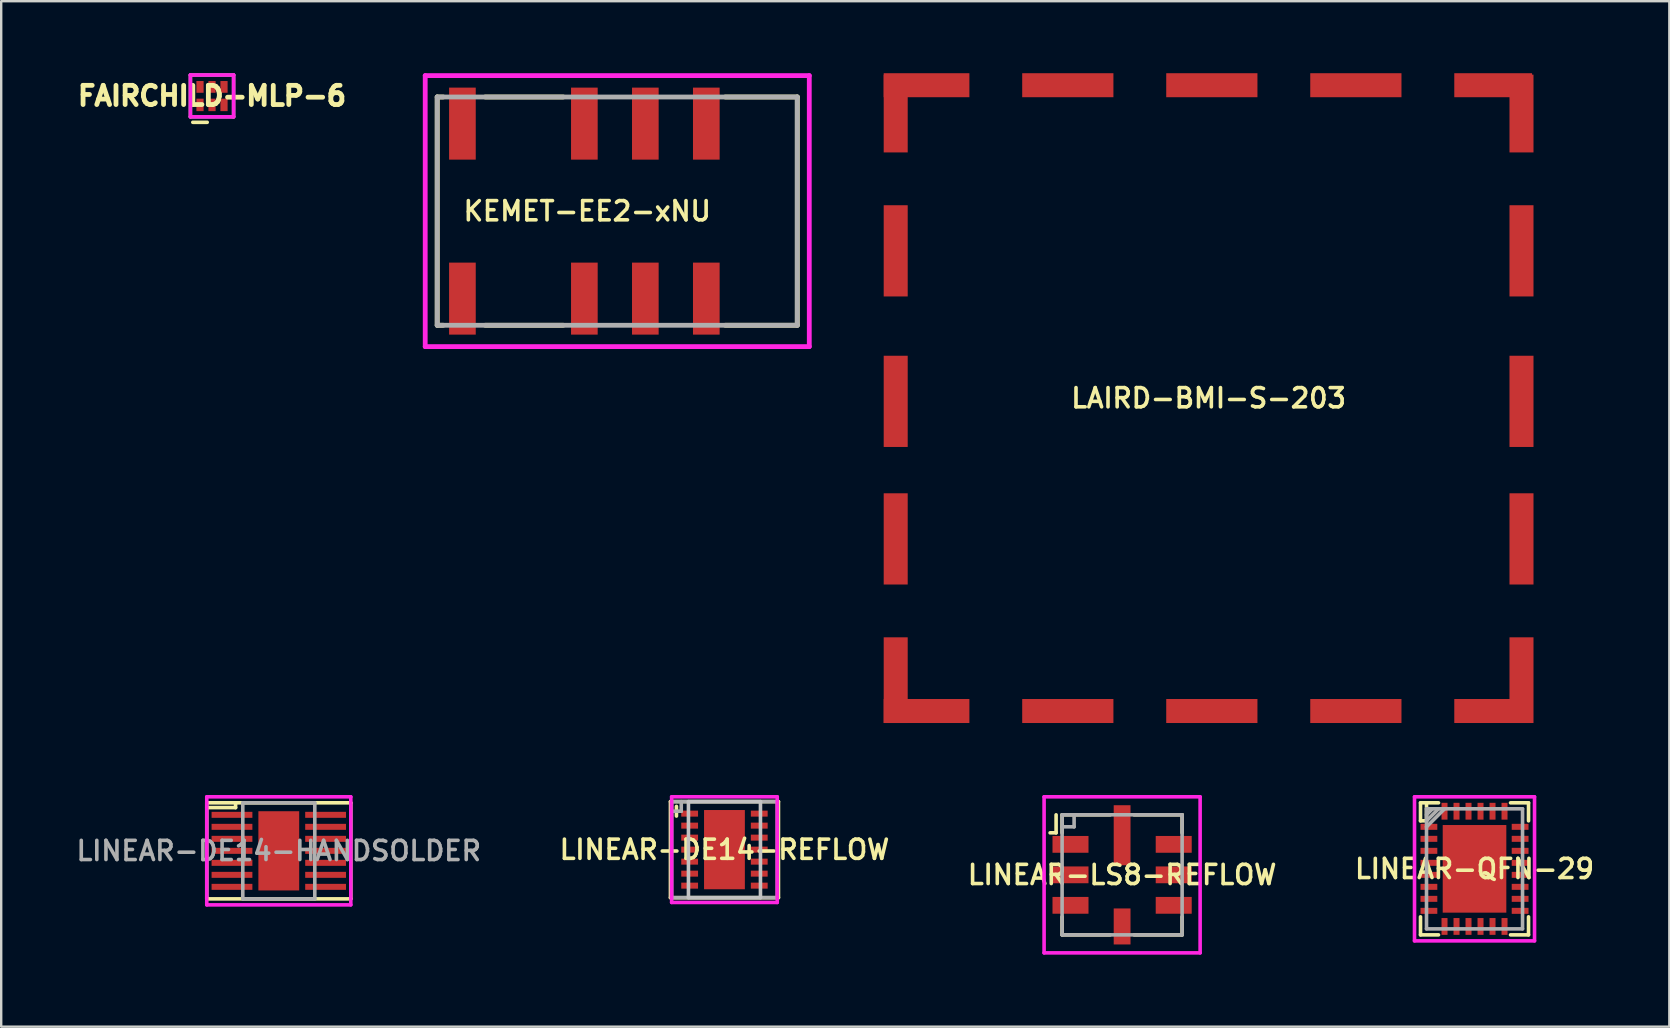
<source format=kicad_pcb>
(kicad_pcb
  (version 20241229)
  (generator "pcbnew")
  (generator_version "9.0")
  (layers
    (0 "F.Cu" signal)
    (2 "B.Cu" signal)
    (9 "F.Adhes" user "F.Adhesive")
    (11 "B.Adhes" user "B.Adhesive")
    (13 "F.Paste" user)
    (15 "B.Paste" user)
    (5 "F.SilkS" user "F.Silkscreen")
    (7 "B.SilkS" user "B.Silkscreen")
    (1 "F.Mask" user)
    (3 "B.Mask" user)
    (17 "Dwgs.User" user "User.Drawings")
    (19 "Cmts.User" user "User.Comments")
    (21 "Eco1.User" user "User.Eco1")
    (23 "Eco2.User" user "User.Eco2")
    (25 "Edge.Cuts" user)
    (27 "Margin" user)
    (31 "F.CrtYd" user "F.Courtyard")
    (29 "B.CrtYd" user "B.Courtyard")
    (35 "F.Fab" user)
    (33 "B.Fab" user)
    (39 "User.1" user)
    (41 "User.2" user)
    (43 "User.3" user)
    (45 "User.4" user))
  (footprint "LINEAR-DE14-HANDSOLDER"
    (layer "F.Cu")
    (at 8.564 32.395)
    (property "Reference" "LINEAR-DE14-HANDSOLDER" (at 0 0 0) (layer "F.Fab") (effects (font (size 0.8 0.8) (thickness 0.15))))
    (attr through_hole)
    (fp_line (start -3 -2) (end -3 2) (stroke (width 0.15) (type solid)) (layer "F.SilkS"))
    (fp_line (start -3 -1.8) (end -1.8 -1.8) (stroke (width 0.15) (type solid)) (layer "F.SilkS"))
    (fp_line (start -3 2) (end 3 2) (stroke (width 0.15) (type solid)) (layer "F.SilkS"))
    (fp_line (start -1.8 -1.8) (end -1.8 -2) (stroke (width 0.15) (type solid)) (layer "F.SilkS"))
    (fp_line (start 3 -2) (end -3 -2) (stroke (width 0.15) (type solid)) (layer "F.SilkS"))
    (fp_line (start 3 2) (end 3 -2) (stroke (width 0.15) (type solid)) (layer "F.SilkS"))
    (fp_line (start -3 -2.25) (end 3 -2.25) (stroke (width 0.15) (type solid)) (layer "F.CrtYd"))
    (fp_line (start -3 2.25) (end -3 -2.25) (stroke (width 0.15) (type solid)) (layer "F.CrtYd"))
    (fp_line (start 3 -2.25) (end 3 2.25) (stroke (width 0.15) (type solid)) (layer "F.CrtYd"))
    (fp_line (start 3 2.25) (end -3 2.25) (stroke (width 0.15) (type solid)) (layer "F.CrtYd"))
    (fp_line (start -1.5 -2) (end 1.5 -2) (stroke (width 0.15) (type solid)) (layer "F.Fab"))
    (fp_line (start -1.5 2) (end -1.5 -2) (stroke (width 0.15) (type solid)) (layer "F.Fab"))
    (fp_line (start 1.5 -2) (end 1.5 2) (stroke (width 0.15) (type solid)) (layer "F.Fab"))
    (fp_line (start 1.5 2) (end -1.5 2) (stroke (width 0.15) (type solid)) (layer "F.Fab"))
    (pad "1" smd rect (at -1.95 -1.5) (size 1.7 0.25) (layers "F.Cu" "F.Mask" "F.Paste"))
    (pad "2" smd rect (at -1.95 -1) (size 1.7 0.25) (layers "F.Cu" "F.Mask" "F.Paste"))
    (pad "3" smd rect (at -1.95 -0.5) (size 1.7 0.25) (layers "F.Cu" "F.Mask" "F.Paste"))
    (pad "4" smd rect (at -1.95 0) (size 1.7 0.25) (layers "F.Cu" "F.Mask" "F.Paste"))
    (pad "5" smd rect (at -1.95 0.5) (size 1.7 0.25) (layers "F.Cu" "F.Mask" "F.Paste"))
    (pad "6" smd rect (at -1.95 1) (size 1.7 0.25) (layers "F.Cu" "F.Mask" "F.Paste"))
    (pad "7" smd rect (at -1.95 1.5) (size 1.7 0.25) (layers "F.Cu" "F.Mask" "F.Paste"))
    (pad "8" smd rect (at 1.95 1.5) (size 1.7 0.25) (layers "F.Cu" "F.Mask" "F.Paste"))
    (pad "9" smd rect (at 1.95 1) (size 1.7 0.25) (layers "F.Cu" "F.Mask" "F.Paste"))
    (pad "10" smd rect (at 1.95 0.5) (size 1.7 0.25) (layers "F.Cu" "F.Mask" "F.Paste"))
    (pad "11" smd rect (at 1.95 0) (size 1.7 0.25) (layers "F.Cu" "F.Mask" "F.Paste"))
    (pad "12" smd rect (at 1.95 -0.5) (size 1.7 0.25) (layers "F.Cu" "F.Mask" "F.Paste"))
    (pad "13" smd rect (at 1.95 -1) (size 1.7 0.25) (layers "F.Cu" "F.Mask" "F.Paste"))
    (pad "14" smd rect (at 1.95 -1.5) (size 1.7 0.25) (layers "F.Cu" "F.Mask" "F.Paste"))
    (pad "15" smd rect (at 0 0) (size 1.7 3.3) (layers "F.Cu" "F.Mask" "F.Paste")))
  (footprint "FAIRCHILD-MLP-6"
    (layer "F.Cu")
    (at 5.782 0.945)
    (property "Reference" "FAIRCHILD-MLP-6" (at 0 0 0) (layer "F.SilkS") (effects (font (size 0.8 0.8) (thickness 0.2))))
    (attr through_hole)
    (fp_line (start -0.8 1.1) (end -0.2 1.1) (stroke (width 0.15) (type solid)) (layer "F.SilkS"))
    (fp_line (start -0.9 -0.87) (end 0.9 -0.87) (stroke (width 0.15) (type solid)) (layer "F.CrtYd"))
    (fp_line (start -0.9 0.87) (end -0.9 -0.87) (stroke (width 0.15) (type solid)) (layer "F.CrtYd"))
    (fp_line (start 0.9 -0.87) (end 0.9 0.87) (stroke (width 0.15) (type solid)) (layer "F.CrtYd"))
    (fp_line (start 0.9 0.87) (end -0.9 0.87) (stroke (width 0.15) (type solid)) (layer "F.CrtYd"))
    (fp_line (start -0.9 -0.87) (end 0.9 -0.87) (stroke (width 0.15) (type solid)) (layer "F.Fab"))
    (fp_line (start -0.9 0.87) (end -0.9 -0.87) (stroke (width 0.15) (type solid)) (layer "F.Fab"))
    (fp_line (start 0.9 -0.87) (end 0.9 0.87) (stroke (width 0.15) (type solid)) (layer "F.Fab"))
    (fp_line (start 0.9 0.87) (end -0.9 0.87) (stroke (width 0.15) (type solid)) (layer "F.Fab"))
    (pad "1" smd rect (at -0.5 0.375) (size 0.3 0.52) (layers "F.Cu" "F.Mask" "F.Paste"))
    (pad "2" smd rect (at 0 0.375) (size 0.3 0.52) (layers "F.Cu" "F.Mask" "F.Paste"))
    (pad "3" smd rect (at 0.5 0.375) (size 0.3 0.52) (layers "F.Cu" "F.Mask" "F.Paste"))
    (pad "4" smd rect (at 0.5 -0.375) (size 0.3 0.49) (layers "F.Cu" "F.Mask" "F.Paste"))
    (pad "5" smd rect (at 0 -0.375) (size 0.3 0.49) (layers "F.Cu" "F.Mask" "F.Paste"))
    (pad "6" smd rect (at -0.5 -0.375) (size 0.3 0.49) (layers "F.Cu" "F.Mask" "F.Paste")))
  (footprint "LINEAR-DE14-REFLOW"
    (layer "F.Cu")
    (at 27.13 32.345)
    (property "Reference" "LINEAR-DE14-REFLOW" (at 0 0 0) (layer "F.SilkS") (effects (font (size 0.8 0.8) (thickness 0.15))))
    (attr through_hole)
    (fp_line (start -2.25 -2) (end 2.25 -2) (stroke (width 0.15) (type solid)) (layer "F.SilkS"))
    (fp_line (start -2.25 2) (end -2.25 -2) (stroke (width 0.15) (type solid)) (layer "F.SilkS"))
    (fp_line (start -2 -1.8) (end -2 -1.4) (stroke (width 0.15) (type solid)) (layer "F.SilkS"))
    (fp_line (start 2.25 -2) (end 2.25 2) (stroke (width 0.15) (type solid)) (layer "F.SilkS"))
    (fp_line (start 2.25 2) (end -2.25 2) (stroke (width 0.15) (type solid)) (layer "F.SilkS"))
    (fp_line (start -1.5 -2) (end 1.5 -2) (stroke (width 0.15) (type solid)) (layer "Dwgs.User"))
    (fp_line (start -1.5 2) (end -1.5 -2) (stroke (width 0.15) (type solid)) (layer "Dwgs.User"))
    (fp_line (start 1.5 -2) (end 1.5 2) (stroke (width 0.15) (type solid)) (layer "Dwgs.User"))
    (fp_line (start 1.5 2) (end -1.5 2) (stroke (width 0.15) (type solid)) (layer "Dwgs.User"))
    (fp_line (start -2.2 -2.2) (end 2.2 -2.2) (stroke (width 0.15) (type solid)) (layer "F.CrtYd"))
    (fp_line (start -2.2 2.2) (end -2.2 -2.2) (stroke (width 0.15) (type solid)) (layer "F.CrtYd"))
    (fp_line (start 2.2 -2.2) (end 2.2 2.2) (stroke (width 0.15) (type solid)) (layer "F.CrtYd"))
    (fp_line (start 2.2 2.2) (end -2.2 2.2) (stroke (width 0.15) (type solid)) (layer "F.CrtYd"))
    (fp_line (start -2.2 -2) (end 2.2 -2) (stroke (width 0.15) (type solid)) (layer "F.Fab"))
    (fp_line (start -2.2 2) (end -2.2 -2) (stroke (width 0.15) (type solid)) (layer "F.Fab"))
    (fp_line (start -1.8 -2) (end -1.8 -1.6) (stroke (width 0.15) (type solid)) (layer "F.Fab"))
    (fp_line (start -1.8 -1.6) (end -2.2 -1.6) (stroke (width 0.15) (type solid)) (layer "F.Fab"))
    (fp_line (start 2.2 -2) (end 2.2 2) (stroke (width 0.15) (type solid)) (layer "F.Fab"))
    (fp_line (start 2.2 2) (end -2.2 2) (stroke (width 0.15) (type solid)) (layer "F.Fab"))
    (pad "1" smd rect (at -1.45 -1.5) (size 0.7 0.25) (layers "F.Cu" "F.Mask" "F.Paste"))
    (pad "2" smd rect (at -1.45 -1) (size 0.7 0.25) (layers "F.Cu" "F.Mask" "F.Paste"))
    (pad "3" smd rect (at -1.45 -0.5) (size 0.7 0.25) (layers "F.Cu" "F.Mask" "F.Paste"))
    (pad "4" smd rect (at -1.45 0) (size 0.7 0.25) (layers "F.Cu" "F.Mask" "F.Paste"))
    (pad "5" smd rect (at -1.45 0.5) (size 0.7 0.25) (layers "F.Cu" "F.Mask" "F.Paste"))
    (pad "6" smd rect (at -1.45 1) (size 0.7 0.25) (layers "F.Cu" "F.Mask" "F.Paste"))
    (pad "7" smd rect (at -1.45 1.5) (size 0.7 0.25) (layers "F.Cu" "F.Mask" "F.Paste"))
    (pad "8" smd rect (at 1.45 1.5) (size 0.7 0.25) (layers "F.Cu" "F.Mask" "F.Paste"))
    (pad "9" smd rect (at 1.45 1) (size 0.7 0.25) (layers "F.Cu" "F.Mask" "F.Paste"))
    (pad "10" smd rect (at 1.45 0.5) (size 0.7 0.25) (layers "F.Cu" "F.Mask" "F.Paste"))
    (pad "11" smd rect (at 1.45 0) (size 0.7 0.25) (layers "F.Cu" "F.Mask" "F.Paste"))
    (pad "12" smd rect (at 1.45 -0.5) (size 0.7 0.25) (layers "F.Cu" "F.Mask" "F.Paste"))
    (pad "13" smd rect (at 1.45 -1) (size 0.7 0.25) (layers "F.Cu" "F.Mask" "F.Paste"))
    (pad "14" smd rect (at 1.45 -1.5) (size 0.7 0.25) (layers "F.Cu" "F.Mask" "F.Paste"))
    (pad "15" smd rect (at 0 0) (size 1.7 3.3) (layers "F.Cu" "F.Mask" "F.Paste")))
  (footprint "LINEAR-QFN-29"
    (layer "F.Cu")
    (at 58.377 33.145)
    (property "Reference" "LINEAR-QFN-29" (at 0 0 0) (layer "F.SilkS") (effects (font (size 0.8 0.8) (thickness 0.15))))
    (attr through_hole)
    (fp_line (start -2.25 -2.75) (end -1.5 -2.75) (stroke (width 0.15) (type solid)) (layer "F.SilkS"))
    (fp_line (start -2.25 -2) (end -2.25 -2.75) (stroke (width 0.15) (type solid)) (layer "F.SilkS"))
    (fp_line (start -2.25 -2) (end -2 -2) (stroke (width 0.15) (type solid)) (layer "F.SilkS"))
    (fp_line (start -2.25 2.75) (end -2.25 2) (stroke (width 0.15) (type solid)) (layer "F.SilkS"))
    (fp_line (start -2 -2) (end -2 -2.75) (stroke (width 0.15) (type solid)) (layer "F.SilkS"))
    (fp_line (start -1.5 2.75) (end -2.25 2.75) (stroke (width 0.15) (type solid)) (layer "F.SilkS"))
    (fp_line (start 1.5 -2.75) (end 2.25 -2.75) (stroke (width 0.15) (type solid)) (layer "F.SilkS"))
    (fp_line (start 2.25 -2.75) (end 2.25 -2) (stroke (width 0.15) (type solid)) (layer "F.SilkS"))
    (fp_line (start 2.25 2) (end 2.25 2.75) (stroke (width 0.15) (type solid)) (layer "F.SilkS"))
    (fp_line (start 2.25 2.75) (end 1.5 2.75) (stroke (width 0.15) (type solid)) (layer "F.SilkS"))
    (fp_line (start -2.5 -3) (end 2.5 -3) (stroke (width 0.15) (type solid)) (layer "F.CrtYd"))
    (fp_line (start -2.5 3) (end -2.5 -3) (stroke (width 0.15) (type solid)) (layer "F.CrtYd"))
    (fp_line (start 2.5 -3) (end 2.5 3) (stroke (width 0.15) (type solid)) (layer "F.CrtYd"))
    (fp_line (start 2.5 3) (end -2.5 3) (stroke (width 0.15) (type solid)) (layer "F.CrtYd"))
    (fp_line (start -2 -2.5) (end 2 -2.5) (stroke (width 0.15) (type solid)) (layer "F.Fab"))
    (fp_line (start -2 -1.75) (end -1.25 -2.5) (stroke (width 0.15) (type solid)) (layer "F.Fab"))
    (fp_line (start -2 2.5) (end -2 -2.5) (stroke (width 0.15) (type solid)) (layer "F.Fab"))
    (fp_line (start -1.75 -2.5) (end -2 -2.25) (stroke (width 0.15) (type solid)) (layer "F.Fab"))
    (fp_line (start -1.5 -2.5) (end -2 -2) (stroke (width 0.15) (type solid)) (layer "F.Fab"))
    (fp_line (start 2 -2.5) (end 2 2.5) (stroke (width 0.15) (type solid)) (layer "F.Fab"))
    (fp_line (start 2 2.5) (end -2 2.5) (stroke (width 0.15) (type solid)) (layer "F.Fab"))
    (pad "1" smd rect (at -1.9 -1.75) (size 0.7 0.25) (layers "F.Cu" "F.Mask" "F.Paste"))
    (pad "2" smd rect (at -1.9 -1.25) (size 0.7 0.25) (layers "F.Cu" "F.Mask" "F.Paste"))
    (pad "3" smd rect (at -1.9 -0.75) (size 0.7 0.25) (layers "F.Cu" "F.Mask" "F.Paste"))
    (pad "4" smd rect (at -1.9 -0.25) (size 0.7 0.25) (layers "F.Cu" "F.Mask" "F.Paste"))
    (pad "5" smd rect (at -1.9 0.25) (size 0.7 0.25) (layers "F.Cu" "F.Mask" "F.Paste"))
    (pad "6" smd rect (at -1.9 0.75) (size 0.7 0.25) (layers "F.Cu" "F.Mask" "F.Paste"))
    (pad "7" smd rect (at -1.9 1.25) (size 0.7 0.25) (layers "F.Cu" "F.Mask" "F.Paste"))
    (pad "8" smd rect (at -1.9 1.75) (size 0.7 0.25) (layers "F.Cu" "F.Mask" "F.Paste"))
    (pad "9" smd rect (at -1.25 2.4) (size 0.25 0.7) (layers "F.Cu" "F.Mask" "F.Paste"))
    (pad "10" smd rect (at -0.75 2.4) (size 0.25 0.7) (layers "F.Cu" "F.Mask" "F.Paste"))
    (pad "11" smd rect (at -0.25 2.4) (size 0.25 0.7) (layers "F.Cu" "F.Mask" "F.Paste"))
    (pad "12" smd rect (at 0.25 2.4) (size 0.25 0.7) (layers "F.Cu" "F.Mask" "F.Paste"))
    (pad "13" smd rect (at 0.75 2.4) (size 0.25 0.7) (layers "F.Cu" "F.Mask" "F.Paste"))
    (pad "14" smd rect (at 1.25 2.4) (size 0.25 0.7) (layers "F.Cu" "F.Mask" "F.Paste"))
    (pad "15" smd rect (at 1.9 1.75) (size 0.7 0.25) (layers "F.Cu" "F.Mask" "F.Paste"))
    (pad "16" smd rect (at 1.9 1.25) (size 0.7 0.25) (layers "F.Cu" "F.Mask" "F.Paste"))
    (pad "17" smd rect (at 1.9 0.75) (size 0.7 0.25) (layers "F.Cu" "F.Mask" "F.Paste"))
    (pad "18" smd rect (at 1.9 0.25) (size 0.7 0.25) (layers "F.Cu" "F.Mask" "F.Paste"))
    (pad "19" smd rect (at 1.9 -0.25) (size 0.7 0.25) (layers "F.Cu" "F.Mask" "F.Paste"))
    (pad "20" smd rect (at 1.9 -0.75) (size 0.7 0.25) (layers "F.Cu" "F.Mask" "F.Paste"))
    (pad "21" smd rect (at 1.9 -1.25) (size 0.7 0.25) (layers "F.Cu" "F.Mask" "F.Paste"))
    (pad "22" smd rect (at 1.9 -1.75) (size 0.7 0.25) (layers "F.Cu" "F.Mask" "F.Paste"))
    (pad "23" smd rect (at 1.25 -2.4) (size 0.25 0.7) (layers "F.Cu" "F.Mask" "F.Paste"))
    (pad "24" smd rect (at 0.75 -2.4) (size 0.25 0.7) (layers "F.Cu" "F.Mask" "F.Paste"))
    (pad "25" smd rect (at 0.25 -2.4) (size 0.25 0.7) (layers "F.Cu" "F.Mask" "F.Paste"))
    (pad "26" smd rect (at -0.25 -2.4) (size 0.25 0.7) (layers "F.Cu" "F.Mask" "F.Paste"))
    (pad "27" smd rect (at -0.75 -2.4) (size 0.25 0.7) (layers "F.Cu" "F.Mask" "F.Paste"))
    (pad "28" smd rect (at -1.25 -2.4) (size 0.25 0.7) (layers "F.Cu" "F.Mask" "F.Paste"))
    (pad "29" smd rect (at 0 0) (size 2.65 3.65) (layers "F.Cu" "F.Mask" "F.Paste")))
  (footprint "LAIRD-BMI-S-203"
    (layer "F.Cu")
    (at 47.299 13.535)
    (property "Reference" "LAIRD-BMI-S-203" (at 0 0 0) (layer "F.SilkS") (effects (font (size 0.8 0.8) (thickness 0.15))))
    (attr through_hole)
    (pad "1" smd rect (at -13.035 -11.855 90) (size 3.24 1) (layers "F.Cu" "F.Mask" "F.Paste"))
    (pad "1" smd rect (at -13.035 -6.135 90) (size 3.8 1) (layers "F.Cu" "F.Mask" "F.Paste"))
    (pad "1" smd rect (at -13.035 0.135 90) (size 3.8 1) (layers "F.Cu" "F.Mask" "F.Paste"))
    (pad "1" smd rect (at -13.035 5.865 90) (size 3.8 1) (layers "F.Cu" "F.Mask" "F.Paste"))
    (pad "1" smd rect (at -13.035 11.75 90) (size 3.57 1) (layers "F.Cu" "F.Mask" "F.Paste"))
    (pad "1" smd rect (at -11.75 -13.035) (size 3.57 1) (layers "F.Cu" "F.Mask" "F.Paste"))
    (pad "1" smd rect (at -11.75 13.035) (size 3.57 1) (layers "F.Cu" "F.Mask" "F.Paste"))
    (pad "1" smd rect (at -5.865 -13.035) (size 3.8 1) (layers "F.Cu" "F.Mask" "F.Paste"))
    (pad "1" smd rect (at -5.865 13.035) (size 3.8 1) (layers "F.Cu" "F.Mask" "F.Paste"))
    (pad "1" smd rect (at 0.135 -13.035) (size 3.8 1) (layers "F.Cu" "F.Mask" "F.Paste"))
    (pad "1" smd rect (at 0.135 13.035) (size 3.8 1) (layers "F.Cu" "F.Mask" "F.Paste"))
    (pad "1" smd rect (at 6.135 -13.035) (size 3.8 1) (layers "F.Cu" "F.Mask" "F.Paste"))
    (pad "1" smd rect (at 6.135 13.035) (size 3.8 1) (layers "F.Cu" "F.Mask" "F.Paste"))
    (pad "1" smd rect (at 11.855 -13.035) (size 3.24 1) (layers "F.Cu" "F.Mask" "F.Paste"))
    (pad "1" smd rect (at 11.855 13.035) (size 3.24 1) (layers "F.Cu" "F.Mask" "F.Paste"))
    (pad "1" smd rect (at 13.035 -11.855 90) (size 3.24 1) (layers "F.Cu" "F.Mask" "F.Paste"))
    (pad "1" smd rect (at 13.035 -6.135 90) (size 3.8 1) (layers "F.Cu" "F.Mask" "F.Paste"))
    (pad "1" smd rect (at 13.035 0.135 90) (size 3.8 1) (layers "F.Cu" "F.Mask" "F.Paste"))
    (pad "1" smd rect (at 13.035 5.865 90) (size 3.8 1) (layers "F.Cu" "F.Mask" "F.Paste"))
    (pad "1" smd rect (at 13.035 11.75 90) (size 3.57 1) (layers "F.Cu" "F.Mask" "F.Paste")))
  (footprint "KEMET-EE2-xNU"
    (layer "F.Cu")
    (at 21.294 5.745)
    (property "Reference" "KEMET-EE2-xNU" (at 0.12 0 0) (layer "F.SilkS") (effects (font (size 0.8 0.8) (thickness 0.15))))
    (attr through_hole)
    (fp_line (start -6.13 -4.755) (end -6.13 4.755) (stroke (width 0.2) (type solid)) (layer "F.SilkS"))
    (fp_line (start -6.13 4.755) (end -5.88 4.755) (stroke (width 0.2) (type solid)) (layer "F.SilkS"))
    (fp_line (start -5.88 -4.755) (end -6.13 -4.755) (stroke (width 0.2) (type solid)) (layer "F.SilkS"))
    (fp_line (start -4.13 4.755) (end -0.88 4.755) (stroke (width 0.2) (type solid)) (layer "F.SilkS"))
    (fp_line (start -0.88 -4.755) (end -4.13 -4.755) (stroke (width 0.2) (type solid)) (layer "F.SilkS"))
    (fp_line (start 5.87 4.755) (end 8.87 4.755) (stroke (width 0.2) (type solid)) (layer "F.SilkS"))
    (fp_line (start 8.87 -4.755) (end 5.87 -4.755) (stroke (width 0.2) (type solid)) (layer "F.SilkS"))
    (fp_line (start 8.87 4.755) (end 8.87 -4.755) (stroke (width 0.2) (type solid)) (layer "F.SilkS"))
    (fp_line (start -6.63 -5.645) (end 9.37 -5.645) (stroke (width 0.2) (type solid)) (layer "F.CrtYd"))
    (fp_line (start -6.63 5.645) (end -6.63 -5.645) (stroke (width 0.2) (type solid)) (layer "F.CrtYd"))
    (fp_line (start 9.37 -5.645) (end 9.37 5.645) (stroke (width 0.2) (type solid)) (layer "F.CrtYd"))
    (fp_line (start 9.37 5.645) (end -6.63 5.645) (stroke (width 0.2) (type solid)) (layer "F.CrtYd"))
    (fp_line (start -6.13 -4.755) (end 8.87 -4.755) (stroke (width 0.2) (type solid)) (layer "F.Fab"))
    (fp_line (start -6.13 4.755) (end -6.13 -4.755) (stroke (width 0.2) (type solid)) (layer "F.Fab"))
    (fp_line (start 8.87 -4.755) (end 8.87 4.755) (stroke (width 0.2) (type solid)) (layer "F.Fab"))
    (fp_line (start 8.87 4.755) (end -6.13 4.755) (stroke (width 0.2) (type solid)) (layer "F.Fab"))
    (pad "C1" smd rect (at -5.08 3.645) (size 1.11 3) (layers "F.Cu" "F.Mask" "F.Paste"))
    (pad "C2" smd rect (at -5.08 -3.645) (size 1.11 3) (layers "F.Cu" "F.Mask" "F.Paste"))
    (pad "P1A" smd rect (at 0 3.645) (size 1.11 3) (layers "F.Cu" "F.Mask" "F.Paste"))
    (pad "P1B" smd rect (at 5.08 3.645) (size 1.11 3) (layers "F.Cu" "F.Mask" "F.Paste"))
    (pad "P1CO" smd rect (at 2.54 3.645) (size 1.11 3) (layers "F.Cu" "F.Mask" "F.Paste"))
    (pad "P2A" smd rect (at 0 -3.645) (size 1.11 3) (layers "F.Cu" "F.Mask" "F.Paste"))
    (pad "P2B" smd rect (at 5.08 -3.645) (size 1.11 3) (layers "F.Cu" "F.Mask" "F.Paste"))
    (pad "P2CO" smd rect (at 2.54 -3.645) (size 1.11 3) (layers "F.Cu" "F.Mask" "F.Paste")))
  (footprint "LINEAR-LS8-REFLOW"
    (layer "F.Cu")
    (at 43.696 33.395)
    (property "Reference" "LINEAR-LS8-REFLOW" (at 0 0 0) (layer "F.SilkS") (effects (font (size 0.8 0.8) (thickness 0.15))))
    (attr through_hole)
    (fp_line (start -3 -1.75) (end -2.75 -1.75) (stroke (width 0.15) (type solid)) (layer "F.SilkS"))
    (fp_line (start -2.75 -1.75) (end -2.75 -2.5) (stroke (width 0.15) (type solid)) (layer "F.SilkS"))
    (fp_line (start -2.5 -2.5) (end -0.5 -2.5) (stroke (width 0.15) (type solid)) (layer "F.SilkS"))
    (fp_line (start -2.5 -1.75) (end -2.5 -2.5) (stroke (width 0.15) (type solid)) (layer "F.SilkS"))
    (fp_line (start -2.5 2.5) (end -2.5 1.75) (stroke (width 0.15) (type solid)) (layer "F.SilkS"))
    (fp_line (start -0.5 2.5) (end -2.5 2.5) (stroke (width 0.15) (type solid)) (layer "F.SilkS"))
    (fp_line (start 0.5 -2.5) (end 2.5 -2.5) (stroke (width 0.15) (type solid)) (layer "F.SilkS"))
    (fp_line (start 2.5 -2.5) (end 2.5 -1.75) (stroke (width 0.15) (type solid)) (layer "F.SilkS"))
    (fp_line (start 2.5 1.75) (end 2.5 2.5) (stroke (width 0.15) (type solid)) (layer "F.SilkS"))
    (fp_line (start 2.5 2.5) (end 0.5 2.5) (stroke (width 0.15) (type solid)) (layer "F.SilkS"))
    (fp_line (start -3.25 -3.25) (end 3.25 -3.25) (stroke (width 0.15) (type solid)) (layer "F.CrtYd"))
    (fp_line (start -3.25 3.25) (end -3.25 -3.25) (stroke (width 0.15) (type solid)) (layer "F.CrtYd"))
    (fp_line (start 3.25 -3.25) (end 3.25 3.25) (stroke (width 0.15) (type solid)) (layer "F.CrtYd"))
    (fp_line (start 3.25 3.25) (end -3.25 3.25) (stroke (width 0.15) (type solid)) (layer "F.CrtYd"))
    (fp_line (start -2.5 -2.5) (end 2.5 -2.5) (stroke (width 0.15) (type solid)) (layer "F.Fab"))
    (fp_line (start -2.5 2.5) (end -2.5 -2.5) (stroke (width 0.15) (type solid)) (layer "F.Fab"))
    (fp_line (start -2 -2.5) (end -2 -2) (stroke (width 0.15) (type solid)) (layer "F.Fab"))
    (fp_line (start -2 -2) (end -2.5 -2) (stroke (width 0.15) (type solid)) (layer "F.Fab"))
    (fp_line (start 2.5 -2.5) (end 2.5 2.5) (stroke (width 0.15) (type solid)) (layer "F.Fab"))
    (fp_line (start 2.5 2.5) (end -2.5 2.5) (stroke (width 0.15) (type solid)) (layer "F.Fab"))
    (pad "1" smd rect (at -2.15 -1.27) (size 1.5 0.7) (layers "F.Cu" "F.Mask" "F.Paste"))
    (pad "2" smd rect (at -2.15 0) (size 1.5 0.7) (layers "F.Cu" "F.Mask" "F.Paste"))
    (pad "3" smd rect (at -2.15 1.27) (size 1.5 0.7) (layers "F.Cu" "F.Mask" "F.Paste"))
    (pad "4" smd rect (at 0 2.15) (size 0.7 1.5) (layers "F.Cu" "F.Mask" "F.Paste"))
    (pad "5" smd rect (at 2.15 1.27) (size 1.5 0.7) (layers "F.Cu" "F.Mask" "F.Paste"))
    (pad "6" smd rect (at 2.15 0) (size 1.5 0.7) (layers "F.Cu" "F.Mask" "F.Paste"))
    (pad "7" smd rect (at 2.15 -1.27) (size 1.5 0.7) (layers "F.Cu" "F.Mask" "F.Paste"))
    (pad "8" smd rect (at 0 -1.65) (size 0.7 2.5) (layers "F.Cu" "F.Mask" "F.Paste")))
  (gr_rect
    (start -3 -3)
    (end 66.493 39.72)
    (stroke (width 0.1) (type default))
    (fill no)
    (layer "Edge.Cuts")))
</source>
